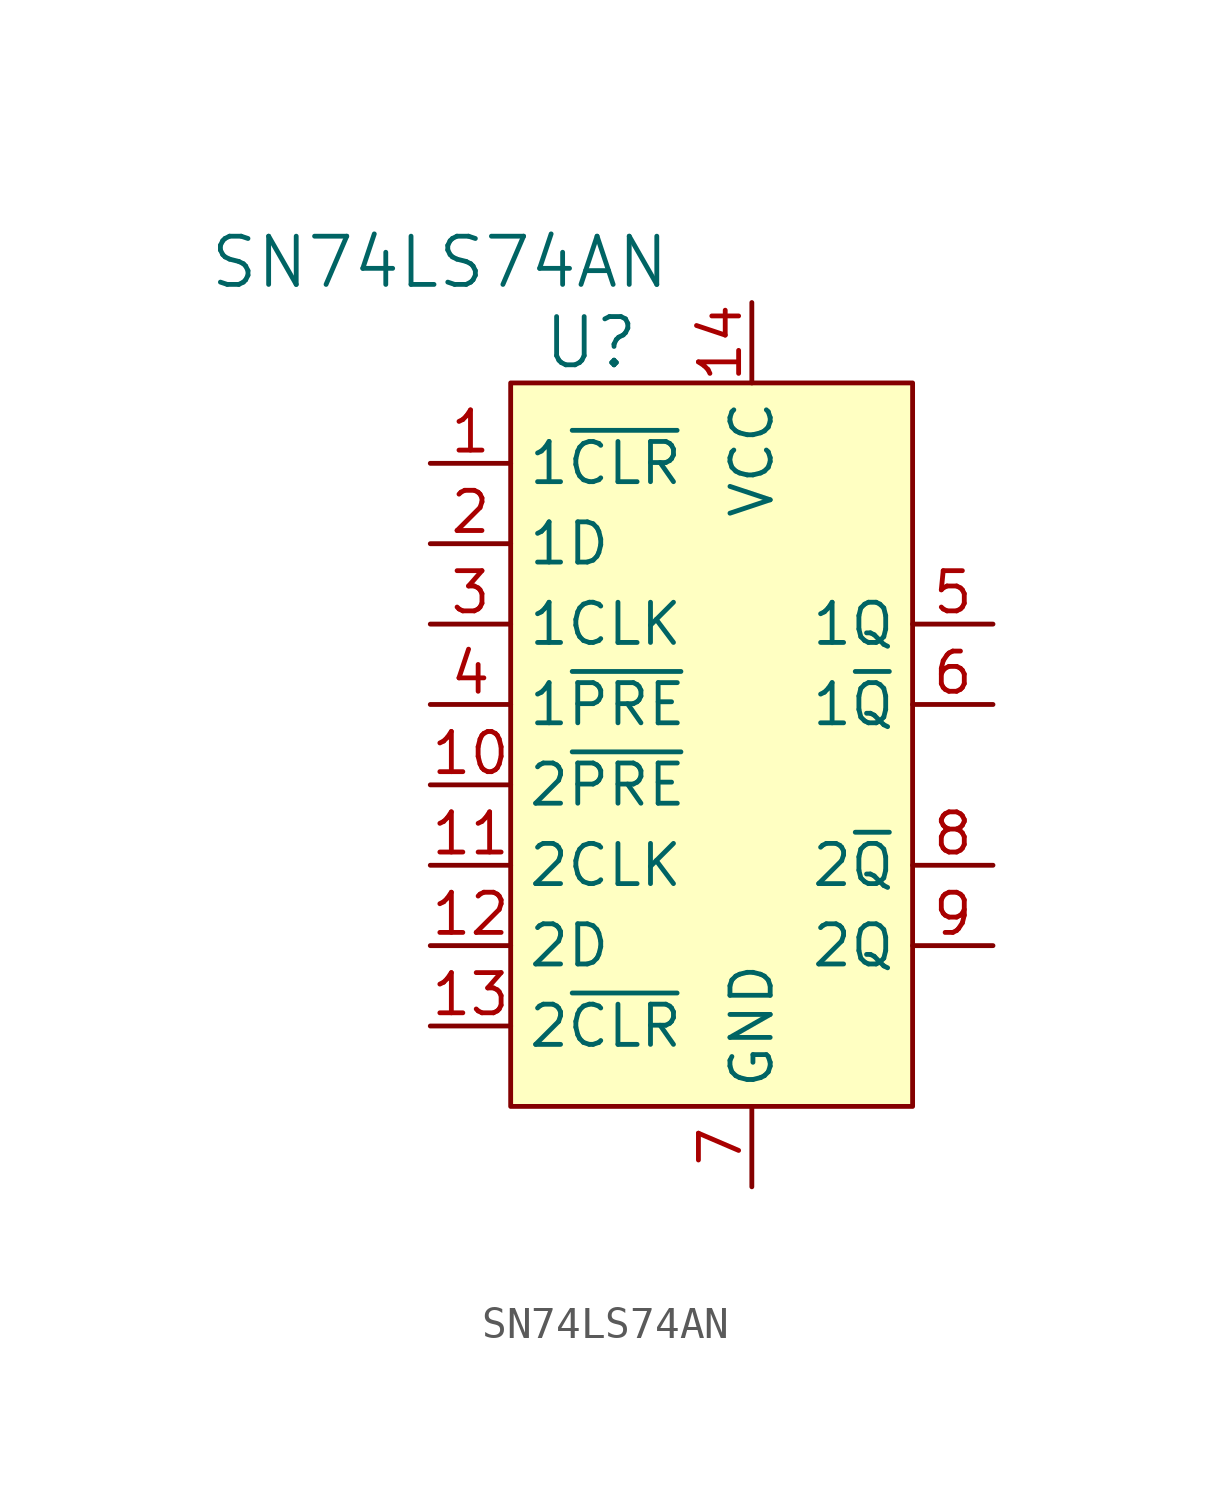
<source format=kicad_sym>
(kicad_symbol_lib
  (version 20201005)
  (generator kicad_symbol_editor)
  (symbol "SN74LS74AN"
    (property "Reference" "U"
      (at -2.54 11.43 0)
      (effects (font (size 1.524 1.524))))
    (property "Value" "SN74LS74AN"
      (at 0 13.97 0)
      (effects (font (size 1.524 1.524)) (justify right)))
    (symbol "SN74LS74AN_0_1"
      (rectangle (start -5.08 10.16) (end 7.62 -12.7) (stroke (width 0)) (fill (type background))))
    (symbol "SN74LS74AN_1_1"
      (pin input line (at -7.62 7.62 0) (length 2.54) (name "1~CLR" (effects (font (size 1.27 1.27)))) (number "1" (effects (font (size 1.27 1.27)))))
      (pin input line (at -7.62 5.08 0) (length 2.54) (name "1D" (effects (font (size 1.27 1.27)))) (number "2" (effects (font (size 1.27 1.27)))))
      (pin input line (at -7.62 2.54 0) (length 2.54) (name "1CLK" (effects (font (size 1.27 1.27)))) (number "3" (effects (font (size 1.27 1.27)))))
      (pin input line (at -7.62 0 0) (length 2.54) (name "1~PRE" (effects (font (size 1.27 1.27)))) (number "4" (effects (font (size 1.27 1.27)))))
      (pin output line (at 10.16 2.54 180) (length 2.54) (name "1Q" (effects (font (size 1.27 1.27)))) (number "5" (effects (font (size 1.27 1.27)))))
      (pin output line (at 10.16 0 180) (length 2.54) (name "1~Q" (effects (font (size 1.27 1.27)))) (number "6" (effects (font (size 1.27 1.27)))))
      (pin power_in line (at 2.54 -15.24 90) (length 2.54) (name "GND" (effects (font (size 1.27 1.27)))) (number "7" (effects (font (size 1.27 1.27)))))
      (pin output line (at 10.16 -5.08 180) (length 2.54) (name "2~Q" (effects (font (size 1.27 1.27)))) (number "8" (effects (font (size 1.27 1.27)))))
      (pin output line (at 10.16 -7.62 180) (length 2.54) (name "2Q" (effects (font (size 1.27 1.27)))) (number "9" (effects (font (size 1.27 1.27)))))
      (pin input line (at -7.62 -2.54 0) (length 2.54) (name "2~PRE" (effects (font (size 1.27 1.27)))) (number "10" (effects (font (size 1.27 1.27)))))
      (pin input line (at -7.62 -5.08 0) (length 2.54) (name "2CLK" (effects (font (size 1.27 1.27)))) (number "11" (effects (font (size 1.27 1.27)))))
      (pin input line (at -7.62 -7.62 0) (length 2.54) (name "2D" (effects (font (size 1.27 1.27)))) (number "12" (effects (font (size 1.27 1.27)))))
      (pin input line (at -7.62 -10.16 0) (length 2.54) (name "2~CLR" (effects (font (size 1.27 1.27)))) (number "13" (effects (font (size 1.27 1.27)))))
      (pin power_in line (at 2.54 12.7 270) (length 2.54) (name "VCC" (effects (font (size 1.27 1.27)))) (number "14" (effects (font (size 1.27 1.27))))))))
</source>
